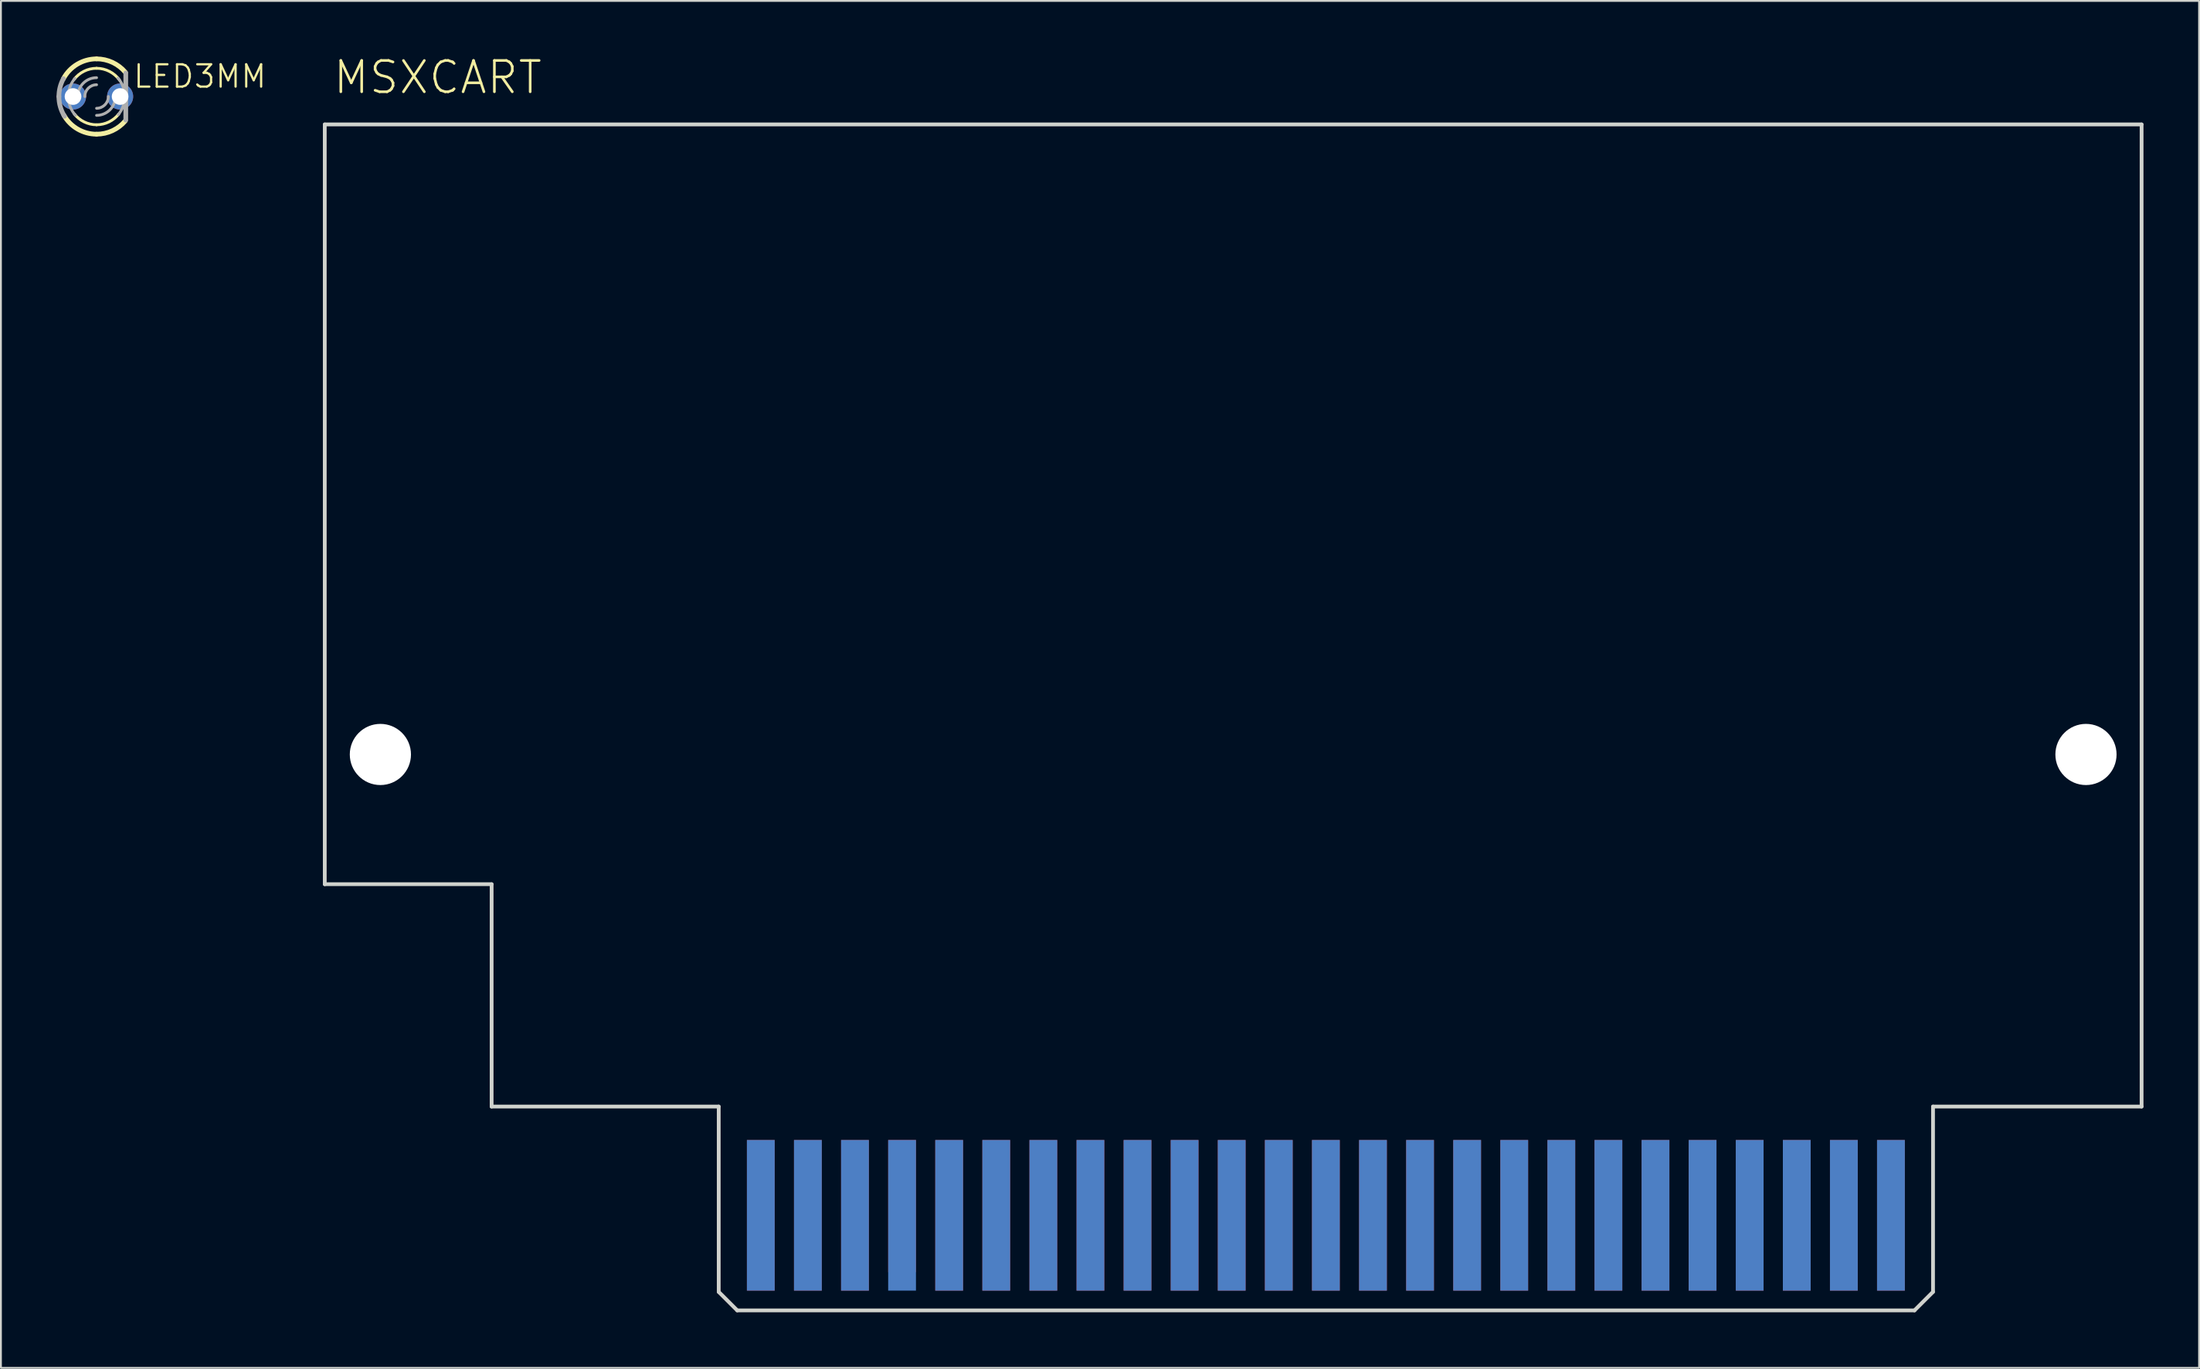
<source format=kicad_pcb>
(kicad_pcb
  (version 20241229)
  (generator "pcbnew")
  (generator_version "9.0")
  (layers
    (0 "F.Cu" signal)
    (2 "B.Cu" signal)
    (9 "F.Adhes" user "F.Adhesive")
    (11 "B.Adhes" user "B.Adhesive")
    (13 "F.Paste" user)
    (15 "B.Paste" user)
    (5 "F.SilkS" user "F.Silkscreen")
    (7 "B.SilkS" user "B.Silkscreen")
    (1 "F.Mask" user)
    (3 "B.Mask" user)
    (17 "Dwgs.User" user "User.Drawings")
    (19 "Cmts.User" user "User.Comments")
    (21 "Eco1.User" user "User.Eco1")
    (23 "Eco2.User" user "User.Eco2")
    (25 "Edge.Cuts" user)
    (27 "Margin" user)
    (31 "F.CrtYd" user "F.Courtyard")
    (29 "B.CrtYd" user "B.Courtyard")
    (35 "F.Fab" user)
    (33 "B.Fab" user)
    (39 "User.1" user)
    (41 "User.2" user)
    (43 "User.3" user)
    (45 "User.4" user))
  (footprint "LED3MM"
    (layer "F.Cu")
    (at 2.159 2.159)
    (property "Reference" "LED3MM" (at 1.905 -0.381 180) (layer "F.SilkS") (effects (font (size 1.206 1.206) (thickness 0.121)) (justify left bottom)))
    (attr through_hole)
    (fp_arc (start -1.7929 -0.9562) (mid -1.045438 -1.7424) (end 0 -2.032) (stroke (width 0.254) (type solid)) (layer "F.SilkS"))
    (fp_arc (start -1.2192 -0.9144) (mid -0.681554 -1.363107) (end 0 -1.524) (stroke (width 0.1524) (type solid)) (layer "F.SilkS"))
    (fp_arc (start 0 -2.032) (mid 0.861864 -1.840173) (end 1.561 -1.3009) (stroke (width 0.254) (type solid)) (layer "F.SilkS"))
    (fp_arc (start 0 -1.524) (mid 0.697339 -1.355082) (end 1.2401 -0.885801) (stroke (width 0.1524) (type solid)) (layer "F.SilkS"))
    (fp_arc (start 0 1.524) (mid -0.669593 1.369018) (end -1.203 0.9356) (stroke (width 0.1524) (type solid)) (layer "F.SilkS"))
    (fp_arc (start 0 2.032) (mid -1.019924 1.757525) (end -1.7643 1.0082) (stroke (width 0.254) (type solid)) (layer "F.SilkS"))
    (fp_arc (start 1.203 0.9356) (mid 0.669593 1.369018) (end 0 1.524) (stroke (width 0.1524) (type solid)) (layer "F.SilkS"))
    (fp_arc (start 1.5512 1.3126) (mid 0.854953 1.843405) (end 0 2.032) (stroke (width 0.254) (type solid)) (layer "F.SilkS"))
    (fp_line (start 1.575 1.27) (end 1.575 -1.27) (stroke (width 0.254) (type solid)) (layer "F.Fab"))
    (fp_arc (start -2.032 0) (mid -1.970339 -0.496775) (end -1.7891 -0.9634) (stroke (width 0.254) (type solid)) (layer "F.Fab"))
    (fp_arc (start -1.7306 1.065) (mid -1.95521 0.553417) (end -2.032 0) (stroke (width 0.254) (type solid)) (layer "F.Fab"))
    (fp_arc (start -1.524 0) (mid -1.432981 -0.518783) (end -1.1708 -0.9756) (stroke (width 0.1524) (type solid)) (layer "F.Fab"))
    (fp_arc (start -1.1391 1.0125) (mid -1.42454 0.5416) (end -1.524 0) (stroke (width 0.1524) (type solid)) (layer "F.Fab"))
    (fp_arc (start -1.016 0) (mid -0.71842 -0.71842) (end 0 -1.016) (stroke (width 0.1524) (type solid)) (layer "F.Fab"))
    (fp_arc (start -0.635 0) (mid -0.449013 -0.449013) (end 0 -0.635) (stroke (width 0.1524) (type solid)) (layer "F.Fab"))
    (fp_arc (start 0.635 0) (mid 0.449013 0.449013) (end 0 0.635) (stroke (width 0.1524) (type solid)) (layer "F.Fab"))
    (fp_arc (start 1.016 0) (mid 0.71842 0.71842) (end 0 1.016) (stroke (width 0.1524) (type solid)) (layer "F.Fab"))
    (fp_arc (start 1.1571 -0.9918) (mid 1.429332 -0.528744) (end 1.524 0) (stroke (width 0.1524) (type solid)) (layer "F.Fab"))
    (fp_arc (start 1.524 0) (mid 1.432981 0.518783) (end 1.1708 0.9756) (stroke (width 0.1524) (type solid)) (layer "F.Fab"))
    (pad "A" thru_hole circle (at -1.27 0) (size 1.408 1.408) (drill 0.9) (layers "*.Cu" "*.Mask"))
    (pad "K" thru_hole circle (at 1.27 0) (size 1.408 1.408) (drill 0.9) (layers "*.Cu" "*.Mask")))
  (footprint "MSXCART"
    (layer "F.Cu")
    (at 68.468 62.236)
    (property "Reference" "MSXCART" (at -53.63 -60.12 0) (layer "F.SilkS") (effects (font (size 1.689 1.689) (thickness 0.142)) (justify left bottom)))
    (attr through_hole)
    (fp_line (start -54 -58.572) (end 44 -58.572) (stroke (width 0.203) (type solid)) (layer "Edge.Cuts"))
    (fp_line (start -54 -17.572) (end -54 -58.572) (stroke (width 0.203) (type solid)) (layer "Edge.Cuts"))
    (fp_line (start -45 -17.572) (end -54 -17.572) (stroke (width 0.203) (type solid)) (layer "Edge.Cuts"))
    (fp_line (start -45 -5.572) (end -45 -17.572) (stroke (width 0.203) (type solid)) (layer "Edge.Cuts"))
    (fp_line (start -32.75 -5.572) (end -45 -5.572) (stroke (width 0.203) (type solid)) (layer "Edge.Cuts"))
    (fp_line (start -32.75 -5.572) (end -32.75 4.428) (stroke (width 0.203) (type solid)) (layer "Edge.Cuts"))
    (fp_line (start -31.75 5.428) (end -32.75 4.428) (stroke (width 0.203) (type solid)) (layer "Edge.Cuts"))
    (fp_line (start 31.75 5.428) (end -31.75 5.428) (stroke (width 0.203) (type solid)) (layer "Edge.Cuts"))
    (fp_line (start 32.75 -5.572) (end 32.75 4.428) (stroke (width 0.203) (type solid)) (layer "Edge.Cuts"))
    (fp_line (start 32.75 4.428) (end 31.75 5.428) (stroke (width 0.203) (type solid)) (layer "Edge.Cuts"))
    (fp_line (start 44 -58.572) (end 44 -5.572) (stroke (width 0.203) (type solid)) (layer "Edge.Cuts"))
    (fp_line (start 44 -5.572) (end 32.75 -5.572) (stroke (width 0.203) (type solid)) (layer "Edge.Cuts"))
    (pad "" np_thru_hole circle (at -51 -24.572) (size 3.3 3.3) (drill 3.3) (layers "*.Cu" "*.Mask"))
    (pad "" np_thru_hole circle (at 41 -24.572) (size 3.3 3.3) (drill 3.3) (layers "*.Cu" "*.Mask"))
    (pad "1" smd rect (at 30.48 0.297) (size 1.499 8.128) (layers "B.Cu" "B.Mask"))
    (pad "2" smd rect (at 30.48 0.297) (size 1.499 8.128) (layers "F.Cu" "F.Mask"))
    (pad "3" smd rect (at 27.94 0.297) (size 1.499 8.128) (layers "B.Cu" "B.Mask"))
    (pad "4" smd rect (at 27.94 0.297) (size 1.499 8.128) (layers "F.Cu" "F.Mask"))
    (pad "5" smd rect (at 25.4 0.297) (size 1.499 8.128) (layers "B.Cu" "B.Mask"))
    (pad "6" smd rect (at 25.4 0.297) (size 1.499 8.128) (layers "F.Cu" "F.Mask"))
    (pad "7" smd rect (at 22.86 0.297) (size 1.499 8.128) (layers "B.Cu" "B.Mask"))
    (pad "8" smd rect (at 22.86 0.297) (size 1.499 8.128) (layers "F.Cu" "F.Mask"))
    (pad "9" smd rect (at 20.32 0.297) (size 1.499 8.128) (layers "B.Cu" "B.Mask"))
    (pad "10" smd rect (at 20.32 0.297) (size 1.499 8.128) (layers "F.Cu" "F.Mask"))
    (pad "11" smd rect (at 17.78 0.297) (size 1.499 8.128) (layers "B.Cu" "B.Mask"))
    (pad "12" smd rect (at 17.78 0.297) (size 1.499 8.128) (layers "F.Cu" "F.Mask"))
    (pad "13" smd rect (at 15.24 0.297) (size 1.499 8.128) (layers "B.Cu" "B.Mask"))
    (pad "14" smd rect (at 15.24 0.297) (size 1.499 8.128) (layers "F.Cu" "F.Mask"))
    (pad "15" smd rect (at 12.7 0.297) (size 1.499 8.128) (layers "B.Cu" "B.Mask"))
    (pad "16" smd rect (at 12.7 0.297) (size 1.499 8.128) (layers "F.Cu" "F.Mask"))
    (pad "17" smd rect (at 10.16 0.297) (size 1.499 8.128) (layers "B.Cu" "B.Mask"))
    (pad "18" smd rect (at 10.16 0.297) (size 1.499 8.128) (layers "F.Cu" "F.Mask"))
    (pad "19" smd rect (at 7.62 0.297) (size 1.499 8.128) (layers "B.Cu" "B.Mask"))
    (pad "20" smd rect (at 7.62 0.297) (size 1.499 8.128) (layers "F.Cu" "F.Mask"))
    (pad "21" smd rect (at 5.08 0.297) (size 1.499 8.128) (layers "B.Cu" "B.Mask"))
    (pad "22" smd rect (at 5.08 0.297) (size 1.499 8.128) (layers "F.Cu" "F.Mask"))
    (pad "23" smd rect (at 2.54 0.297) (size 1.499 8.128) (layers "B.Cu" "B.Mask"))
    (pad "24" smd rect (at 2.54 0.297) (size 1.499 8.128) (layers "F.Cu" "F.Mask"))
    (pad "25" smd rect (at 0 0.297) (size 1.499 8.128) (layers "B.Cu" "B.Mask"))
    (pad "26" smd rect (at 0 0.297) (size 1.499 8.128) (layers "F.Cu" "F.Mask"))
    (pad "27" smd rect (at -2.54 0.297) (size 1.499 8.128) (layers "B.Cu" "B.Mask"))
    (pad "28" smd rect (at -2.54 0.297) (size 1.499 8.128) (layers "F.Cu" "F.Mask"))
    (pad "29" smd rect (at -5.08 0.297) (size 1.499 8.128) (layers "B.Cu" "B.Mask"))
    (pad "30" smd rect (at -5.08 0.297) (size 1.499 8.128) (layers "F.Cu" "F.Mask"))
    (pad "31" smd rect (at -7.62 0.297) (size 1.499 8.128) (layers "B.Cu" "B.Mask"))
    (pad "32" smd rect (at -7.62 0.297) (size 1.499 8.128) (layers "F.Cu" "F.Mask"))
    (pad "33" smd rect (at -10.16 0.297) (size 1.499 8.128) (layers "B.Cu" "B.Mask"))
    (pad "34" smd rect (at -10.16 0.297) (size 1.499 8.128) (layers "F.Cu" "F.Mask"))
    (pad "35" smd rect (at -12.7 0.297) (size 1.499 8.128) (layers "B.Cu" "B.Mask"))
    (pad "36" smd rect (at -12.7 0.297) (size 1.499 8.128) (layers "F.Cu" "F.Mask"))
    (pad "37" smd rect (at -15.24 0.297) (size 1.499 8.128) (layers "B.Cu" "B.Mask"))
    (pad "38" smd rect (at -15.24 0.297) (size 1.499 8.128) (layers "F.Cu" "F.Mask"))
    (pad "39" smd rect (at -17.78 0.297) (size 1.499 8.128) (layers "B.Cu" "B.Mask"))
    (pad "40" smd rect (at -17.78 0.297) (size 1.499 8.128) (layers "F.Cu" "F.Mask"))
    (pad "41" smd rect (at -20.32 0.297) (size 1.499 8.128) (layers "B.Cu" "B.Mask"))
    (pad "42" smd rect (at -20.32 0.297) (size 1.499 8.128) (layers "F.Cu" "F.Mask"))
    (pad "43" smd rect (at -22.86 0.297) (size 1.499 8.128) (layers "B.Cu" "B.Mask"))
    (pad "44" smd rect (at -22.86 -0.203) (size 1.499 7.137) (layers "F.Cu" "F.Mask"))
    (pad "45" smd rect (at -25.4 0.297) (size 1.499 8.128) (layers "B.Cu" "B.Mask"))
    (pad "46" smd rect (at -25.4 0.297) (size 1.499 8.128) (layers "F.Cu" "F.Mask"))
    (pad "47" smd rect (at -27.94 0.297) (size 1.499 8.128) (layers "B.Cu" "B.Mask"))
    (pad "48" smd rect (at -27.94 0.297) (size 1.499 8.128) (layers "F.Cu" "F.Mask"))
    (pad "49" smd rect (at -30.48 0.297) (size 1.499 8.128) (layers "B.Cu" "B.Mask"))
    (pad "50" smd rect (at -30.48 0.297) (size 1.499 8.128) (layers "F.Cu" "F.Mask")))
  (gr_rect
    (start -3 -3)
    (end 115.569 70.765)
    (stroke (width 0.1) (type default))
    (fill no)
    (layer "Edge.Cuts")))
</source>
